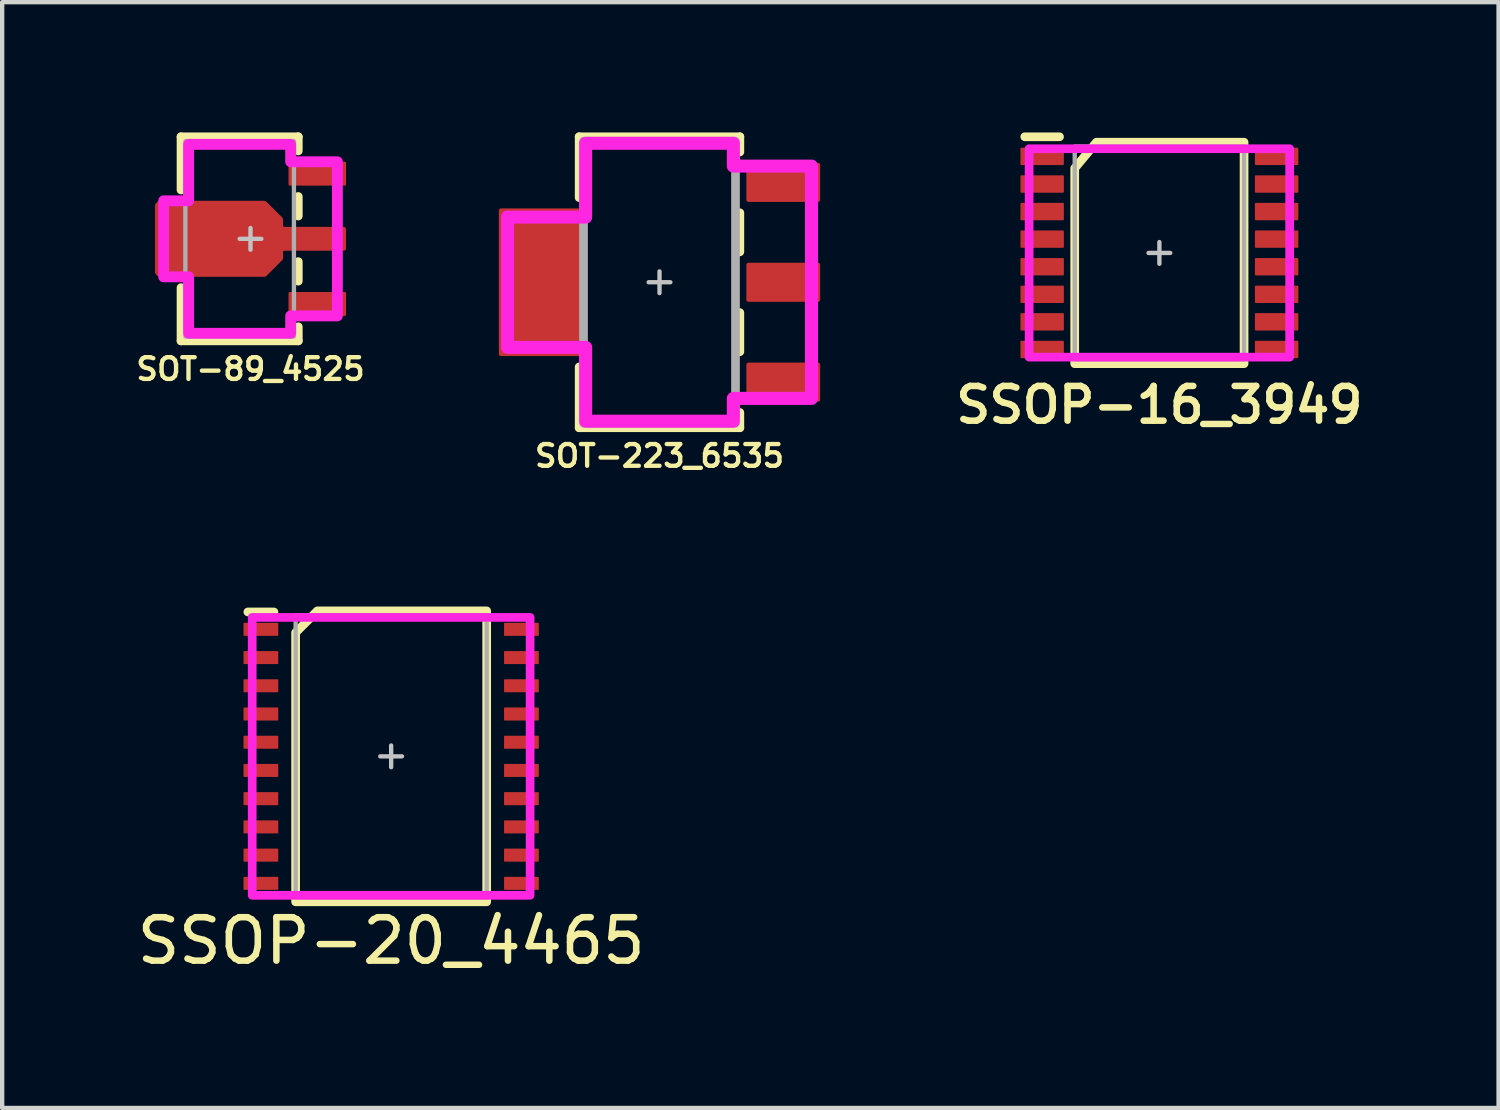
<source format=kicad_pcb>
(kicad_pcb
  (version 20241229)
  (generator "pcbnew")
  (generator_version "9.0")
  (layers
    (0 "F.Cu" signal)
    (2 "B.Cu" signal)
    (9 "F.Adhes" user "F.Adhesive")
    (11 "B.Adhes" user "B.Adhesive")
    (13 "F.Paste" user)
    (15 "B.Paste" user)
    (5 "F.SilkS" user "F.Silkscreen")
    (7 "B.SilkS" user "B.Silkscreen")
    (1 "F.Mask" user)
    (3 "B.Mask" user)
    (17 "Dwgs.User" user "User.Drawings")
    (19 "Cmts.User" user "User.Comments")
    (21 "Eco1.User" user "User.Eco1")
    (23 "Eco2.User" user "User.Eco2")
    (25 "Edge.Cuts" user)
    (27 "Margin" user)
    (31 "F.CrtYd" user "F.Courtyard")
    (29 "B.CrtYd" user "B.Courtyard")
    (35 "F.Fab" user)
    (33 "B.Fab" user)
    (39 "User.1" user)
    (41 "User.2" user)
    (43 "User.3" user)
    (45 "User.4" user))
  (footprint "SSOP-20_4465"
    (layer "F.Cu")
    (at 5.958 14.368)
    (property "Reference" "SSOP-20_4465" (at 0 4.25 0) (unlocked yes) (layer "F.SilkS") (effects (font (size 1 1) (thickness 0.15))))
    (attr smd)
    (fp_line (start -2.7 -3.325) (end -3.3 -3.325) (stroke (width 0.2) (type solid)) (layer "F.SilkS"))
    (fp_poly (pts (xy 2.2 3.35) (xy -2.2 3.35) (xy -2.2 -2.85) (xy -1.7 -3.35) (xy 2.2 -3.35)) (stroke (width 0.2) (type solid)) (fill no) (layer "F.SilkS"))
    (fp_line (start -0.25 0) (end 0.25 0) (stroke (width 0.1) (type solid)) (layer "Dwgs.User"))
    (fp_line (start 0 0.25) (end 0 -0.25) (stroke (width 0.1) (type solid)) (layer "Dwgs.User"))
    (fp_rect (start -3.2 -3.2) (end 3.2 3.2) (stroke (width 0.2) (type solid)) (fill no) (layer "F.CrtYd"))
    (fp_rect (start -2.2 -3.25) (end 2.2 3.25) (stroke (width 0.1) (type solid)) (fill no) (layer "F.Fab"))
    (pad "1" smd roundrect (at -3 -2.925) (size 0.8 0.3) (layers "F.Cu" "F.Mask" "F.Paste") (roundrect_rratio 0.05))
    (pad "2" smd roundrect (at -3 -2.275) (size 0.8 0.3) (layers "F.Cu" "F.Mask" "F.Paste") (roundrect_rratio 0.05))
    (pad "3" smd roundrect (at -3 -1.625) (size 0.8 0.3) (layers "F.Cu" "F.Mask" "F.Paste") (roundrect_rratio 0.05))
    (pad "4" smd roundrect (at -3 -0.975) (size 0.8 0.3) (layers "F.Cu" "F.Mask" "F.Paste") (roundrect_rratio 0.05))
    (pad "5" smd roundrect (at -3 -0.325) (size 0.8 0.3) (layers "F.Cu" "F.Mask" "F.Paste") (roundrect_rratio 0.05))
    (pad "6" smd roundrect (at -3 0.325) (size 0.8 0.3) (layers "F.Cu" "F.Mask" "F.Paste") (roundrect_rratio 0.05))
    (pad "7" smd roundrect (at -3 0.975) (size 0.8 0.3) (layers "F.Cu" "F.Mask" "F.Paste") (roundrect_rratio 0.05))
    (pad "8" smd roundrect (at -3 1.625) (size 0.8 0.3) (layers "F.Cu" "F.Mask" "F.Paste") (roundrect_rratio 0.05))
    (pad "9" smd roundrect (at -3 2.275) (size 0.8 0.3) (layers "F.Cu" "F.Mask" "F.Paste") (roundrect_rratio 0.05))
    (pad "10" smd roundrect (at -3 2.925) (size 0.8 0.3) (layers "F.Cu" "F.Mask" "F.Paste") (roundrect_rratio 0.05))
    (pad "11" smd roundrect (at 3 2.925) (size 0.8 0.3) (layers "F.Cu" "F.Mask" "F.Paste") (roundrect_rratio 0.05))
    (pad "12" smd roundrect (at 3 2.275) (size 0.8 0.3) (layers "F.Cu" "F.Mask" "F.Paste") (roundrect_rratio 0.05))
    (pad "13" smd roundrect (at 3 1.625) (size 0.8 0.3) (layers "F.Cu" "F.Mask" "F.Paste") (roundrect_rratio 0.05))
    (pad "14" smd roundrect (at 3 0.975) (size 0.8 0.3) (layers "F.Cu" "F.Mask" "F.Paste") (roundrect_rratio 0.05))
    (pad "15" smd roundrect (at 3 0.325) (size 0.8 0.3) (layers "F.Cu" "F.Mask" "F.Paste") (roundrect_rratio 0.05))
    (pad "16" smd roundrect (at 3 -0.325) (size 0.8 0.3) (layers "F.Cu" "F.Mask" "F.Paste") (roundrect_rratio 0.05))
    (pad "17" smd roundrect (at 3 -0.975) (size 0.8 0.3) (layers "F.Cu" "F.Mask" "F.Paste") (roundrect_rratio 0.05))
    (pad "18" smd roundrect (at 3 -1.625) (size 0.8 0.3) (layers "F.Cu" "F.Mask" "F.Paste") (roundrect_rratio 0.05))
    (pad "19" smd roundrect (at 3 -2.275) (size 0.8 0.3) (layers "F.Cu" "F.Mask" "F.Paste") (roundrect_rratio 0.05))
    (pad "20" smd roundrect (at 3 -2.925) (size 0.8 0.3) (layers "F.Cu" "F.Mask" "F.Paste") (roundrect_rratio 0.05)))
  (footprint "SOT-89_4525"
    (layer "F.Cu")
    (at 2.719 2.45)
    (property "Reference" "SOT-89_4525" (at 0 3 0) (unlocked yes) (layer "F.SilkS") (effects (font (size 0.5 0.5) (thickness 0.1))))
    (attr smd)
    (fp_line (start -1.6 -2.35) (end 1.1 -2.35) (stroke (width 0.2) (type default)) (layer "F.SilkS"))
    (fp_line (start -1.6 -1.125) (end -1.6 -2.35) (stroke (width 0.2) (type default)) (layer "F.SilkS"))
    (fp_line (start -1.6 1.125) (end -1.6 2.35) (stroke (width 0.2) (type default)) (layer "F.SilkS"))
    (fp_line (start -1.6 2.35) (end 1.1 2.35) (stroke (width 0.2) (type default)) (layer "F.SilkS"))
    (fp_line (start 1.1 -2.35) (end 1.1 -2.025) (stroke (width 0.2) (type default)) (layer "F.SilkS"))
    (fp_line (start 1.1 -0.525) (end 1.1 -0.975) (stroke (width 0.2) (type default)) (layer "F.SilkS"))
    (fp_line (start 1.1 0.975) (end 1.1 0.525) (stroke (width 0.2) (type default)) (layer "F.SilkS"))
    (fp_line (start 1.1 2.35) (end 1.1 2.025) (stroke (width 0.2) (type default)) (layer "F.SilkS"))
    (fp_poly (pts (xy -2.1 -0.075) (xy -2.1 -0.775) (xy -1.25 -0.775) (xy -1.25 -0.075)) (stroke (width 0) (type solid)) (fill yes) (layer "F.Paste"))
    (fp_poly (pts (xy -2.1 0.775) (xy -2.1 0.075) (xy -1.25 0.075) (xy -1.25 0.775)) (stroke (width 0) (type solid)) (fill yes) (layer "F.Paste"))
    (fp_poly (pts (xy -1.05 -0.075) (xy -1.05 -0.775) (xy -0.35 -0.775) (xy -0.35 -0.075)) (stroke (width 0) (type solid)) (fill yes) (layer "F.Paste"))
    (fp_poly (pts (xy -1.05 0.775) (xy -1.05 0.075) (xy -0.35 0.075) (xy -0.35 0.775)) (stroke (width 0) (type solid)) (fill yes) (layer "F.Paste"))
    (fp_poly (pts (xy 0.85 0.175) (xy 0.85 -0.175) (xy 2.1 -0.175) (xy 2.1 0.175)) (stroke (width 0) (type solid)) (fill yes) (layer "F.Paste"))
    (fp_poly (pts (xy -0.15 -0.775) (xy -0.15 -0.075) (xy 0.65 -0.075) (xy 0.65 -0.45) (xy 0.325 -0.775)) (stroke (width 0) (type solid)) (fill yes) (layer "F.Paste"))
    (fp_poly (pts (xy -0.15 0.775) (xy -0.15 0.075) (xy 0.65 0.075) (xy 0.65 0.45) (xy 0.325 0.775)) (stroke (width 0) (type solid)) (fill yes) (layer "F.Paste"))
    (fp_line (start -0.25 0) (end 0.25 0) (stroke (width 0.1) (type default)) (layer "Dwgs.User"))
    (fp_line (start 0 0.25) (end 0 -0.25) (stroke (width 0.1) (type default)) (layer "Dwgs.User"))
    (fp_poly (pts (xy -1.425 2.175) (xy -1.425 0.875) (xy -2 0.875) (xy -2 -0.875) (xy -1.425 -0.875) (xy -1.425 -2.175) (xy 0.925 -2.175) (xy 0.925 -1.775) (xy 2 -1.775) (xy 2 1.775) (xy 0.925 1.775) (xy 0.925 2.175)) (stroke (width 0.25) (type solid)) (fill no) (layer "F.CrtYd"))
    (fp_poly (pts (xy -1.5 2.25) (xy -1.5 -2.25) (xy 1 -2.25) (xy 1 2.25)) (stroke (width 0.1) (type default)) (fill no) (layer "F.Fab"))
    (pad "1" smd roundrect (at 1.538 1.5 180) (size 1.325 0.55) (layers "F.Cu" "F.Mask" "F.Paste") (roundrect_rratio 0.05))
    (pad "2" smd custom (at 0 0 90) (size 1 1) (layers "F.Cu" "F.Mask") (options (anchor circle)) (primitives (gr_poly (pts (xy -0.825 -2.1) (xy -0.775 -2.15) (xy 0.775 -2.15) (xy 0.825 -2.1) (xy 0.825 0.325) (xy 0.45 0.7) (xy 0.275 0.7) (xy 0.225 0.75) (xy 0.225 2.15) (xy -0.225 2.15) (xy -0.225 0.75) (xy -0.275 0.7) (xy -0.45 0.7) (xy -0.825 0.325)) (width 0.1) (fill yes))))
    (pad "3" smd roundrect (at 1.538 -1.5 180) (size 1.325 0.55) (layers "F.Cu" "F.Mask" "F.Paste") (roundrect_rratio 0.05)))
  (footprint "SOT-223_6535"
    (layer "F.Cu")
    (at 12.138 3.45)
    (property "Reference" "SOT-223_6535" (at 0 4 0) (unlocked yes) (layer "F.SilkS") (effects (font (size 0.5 0.5) (thickness 0.1))))
    (attr smd)
    (fp_line (start -1.85 -3.35) (end 1.85 -3.35) (stroke (width 0.2) (type default)) (layer "F.SilkS"))
    (fp_line (start -1.85 -1.95) (end -1.85 -3.35) (stroke (width 0.2) (type default)) (layer "F.SilkS"))
    (fp_line (start -1.85 1.95) (end -1.85 3.35) (stroke (width 0.2) (type default)) (layer "F.SilkS"))
    (fp_line (start -1.85 3.35) (end 1.85 3.35) (stroke (width 0.2) (type default)) (layer "F.SilkS"))
    (fp_line (start 1.85 -3.35) (end 1.85 -3) (stroke (width 0.2) (type default)) (layer "F.SilkS"))
    (fp_line (start 1.85 -0.7) (end 1.85 -1.6) (stroke (width 0.2) (type default)) (layer "F.SilkS"))
    (fp_line (start 1.85 1.6) (end 1.85 0.7) (stroke (width 0.2) (type default)) (layer "F.SilkS"))
    (fp_line (start 1.85 3.35) (end 1.85 3) (stroke (width 0.2) (type default)) (layer "F.SilkS"))
    (fp_line (start -0.25 0) (end 0.25 0) (stroke (width 0.1) (type default)) (layer "Dwgs.User"))
    (fp_line (start 0 0.25) (end 0 -0.25) (stroke (width 0.1) (type default)) (layer "Dwgs.User"))
    (fp_poly (pts (xy -1.7 3.2) (xy -1.7 1.5) (xy -3.5 1.5) (xy -3.5 -1.5) (xy -1.7 -1.5) (xy -1.7 -3.2) (xy 1.7 -3.2) (xy 1.7 -2.675) (xy 3.5 -2.675) (xy 3.5 2.675) (xy 1.7 2.675) (xy 1.7 3.2)) (stroke (width 0.3) (type solid)) (fill no) (layer "F.CrtYd"))
    (fp_rect (start -1.75 -3.25) (end 1.75 3.25) (stroke (width 0.2) (type default)) (fill no) (layer "F.Fab"))
    (pad "1" smd roundrect (at 2.85 2.3 180) (size 1.7 0.9) (layers "F.Cu" "F.Mask" "F.Paste") (roundrect_rratio 0.05))
    (pad "2" smd roundrect (at -2.725 0 180) (size 1.95 3.4) (layers "F.Cu" "F.Mask" "F.Paste") (roundrect_rratio 0.025))
    (pad "2" smd roundrect (at 2.85 0 180) (size 1.7 0.9) (layers "F.Cu" "F.Mask" "F.Paste") (roundrect_rratio 0.05))
    (pad "3" smd roundrect (at 2.85 -2.3 180) (size 1.7 0.9) (layers "F.Cu" "F.Mask" "F.Paste") (roundrect_rratio 0.05)))
  (footprint "SSOP-16_3949"
    (layer "F.Cu")
    (at 23.65 2.775)
    (property "Reference" "SSOP-16_3949" (at 0 3.5 0) (unlocked yes) (layer "F.SilkS") (effects (font (size 0.8 0.8) (thickness 0.15))))
    (attr smd)
    (fp_line (start -3.1 -2.675) (end -2.3 -2.675) (stroke (width 0.2) (type solid)) (layer "F.SilkS"))
    (fp_poly (pts (xy 1.95 2.55) (xy -1.95 2.55) (xy -1.95 -1.95) (xy -1.45 -2.55) (xy 1.95 -2.55)) (stroke (width 0.2) (type solid)) (fill no) (layer "F.SilkS"))
    (fp_line (start -0.25 0) (end 0.25 0) (stroke (width 0.1) (type solid)) (layer "Dwgs.User"))
    (fp_line (start 0 0.25) (end 0 -0.25) (stroke (width 0.1) (type solid)) (layer "Dwgs.User"))
    (fp_rect (start -3 -2.4) (end 3 2.4) (stroke (width 0.2) (type solid)) (fill no) (layer "F.CrtYd"))
    (fp_rect (start -1.95 -2.45) (end 1.95 2.45) (stroke (width 0.1) (type solid)) (fill no) (layer "F.Fab"))
    (pad "1" smd roundrect (at -2.7 -2.223) (size 1 0.4) (layers "F.Cu" "F.Mask" "F.Paste") (roundrect_rratio 0.05))
    (pad "1" smd roundrect (at 2.7 -2.223) (size 1 0.4) (layers "F.Cu" "F.Mask" "F.Paste") (roundrect_rratio 0.05))
    (pad "2" smd roundrect (at -2.7 -1.587) (size 1 0.4) (layers "F.Cu" "F.Mask" "F.Paste") (roundrect_rratio 0.05))
    (pad "2" smd roundrect (at 2.7 -1.587) (size 1 0.4) (layers "F.Cu" "F.Mask" "F.Paste") (roundrect_rratio 0.05))
    (pad "3" smd roundrect (at -2.7 -0.953) (size 1 0.4) (layers "F.Cu" "F.Mask" "F.Paste") (roundrect_rratio 0.05))
    (pad "3" smd roundrect (at 2.7 -0.953) (size 1 0.4) (layers "F.Cu" "F.Mask" "F.Paste") (roundrect_rratio 0.05))
    (pad "4" smd roundrect (at -2.7 -0.318) (size 1 0.4) (layers "F.Cu" "F.Mask" "F.Paste") (roundrect_rratio 0.05))
    (pad "4" smd roundrect (at 2.7 -0.318) (size 1 0.4) (layers "F.Cu" "F.Mask" "F.Paste") (roundrect_rratio 0.05))
    (pad "5" smd roundrect (at -2.7 0.318) (size 1 0.4) (layers "F.Cu" "F.Mask" "F.Paste") (roundrect_rratio 0.05))
    (pad "5" smd roundrect (at 2.7 0.318) (size 1 0.4) (layers "F.Cu" "F.Mask" "F.Paste") (roundrect_rratio 0.05))
    (pad "6" smd roundrect (at -2.7 0.953) (size 1 0.4) (layers "F.Cu" "F.Mask" "F.Paste") (roundrect_rratio 0.05))
    (pad "6" smd roundrect (at 2.7 0.953) (size 1 0.4) (layers "F.Cu" "F.Mask" "F.Paste") (roundrect_rratio 0.05))
    (pad "7" smd roundrect (at -2.7 1.587) (size 1 0.4) (layers "F.Cu" "F.Mask" "F.Paste") (roundrect_rratio 0.05))
    (pad "7" smd roundrect (at 2.7 1.587) (size 1 0.4) (layers "F.Cu" "F.Mask" "F.Paste") (roundrect_rratio 0.05))
    (pad "8" smd roundrect (at -2.7 2.223) (size 1 0.4) (layers "F.Cu" "F.Mask" "F.Paste") (roundrect_rratio 0.05))
    (pad "8" smd roundrect (at 2.7 2.223) (size 1 0.4) (layers "F.Cu" "F.Mask" "F.Paste") (roundrect_rratio 0.05)))
  (gr_rect
    (start -3 -3)
    (end 31.461 22.466)
    (stroke (width 0.1) (type default))
    (fill no)
    (layer "Edge.Cuts")))
</source>
